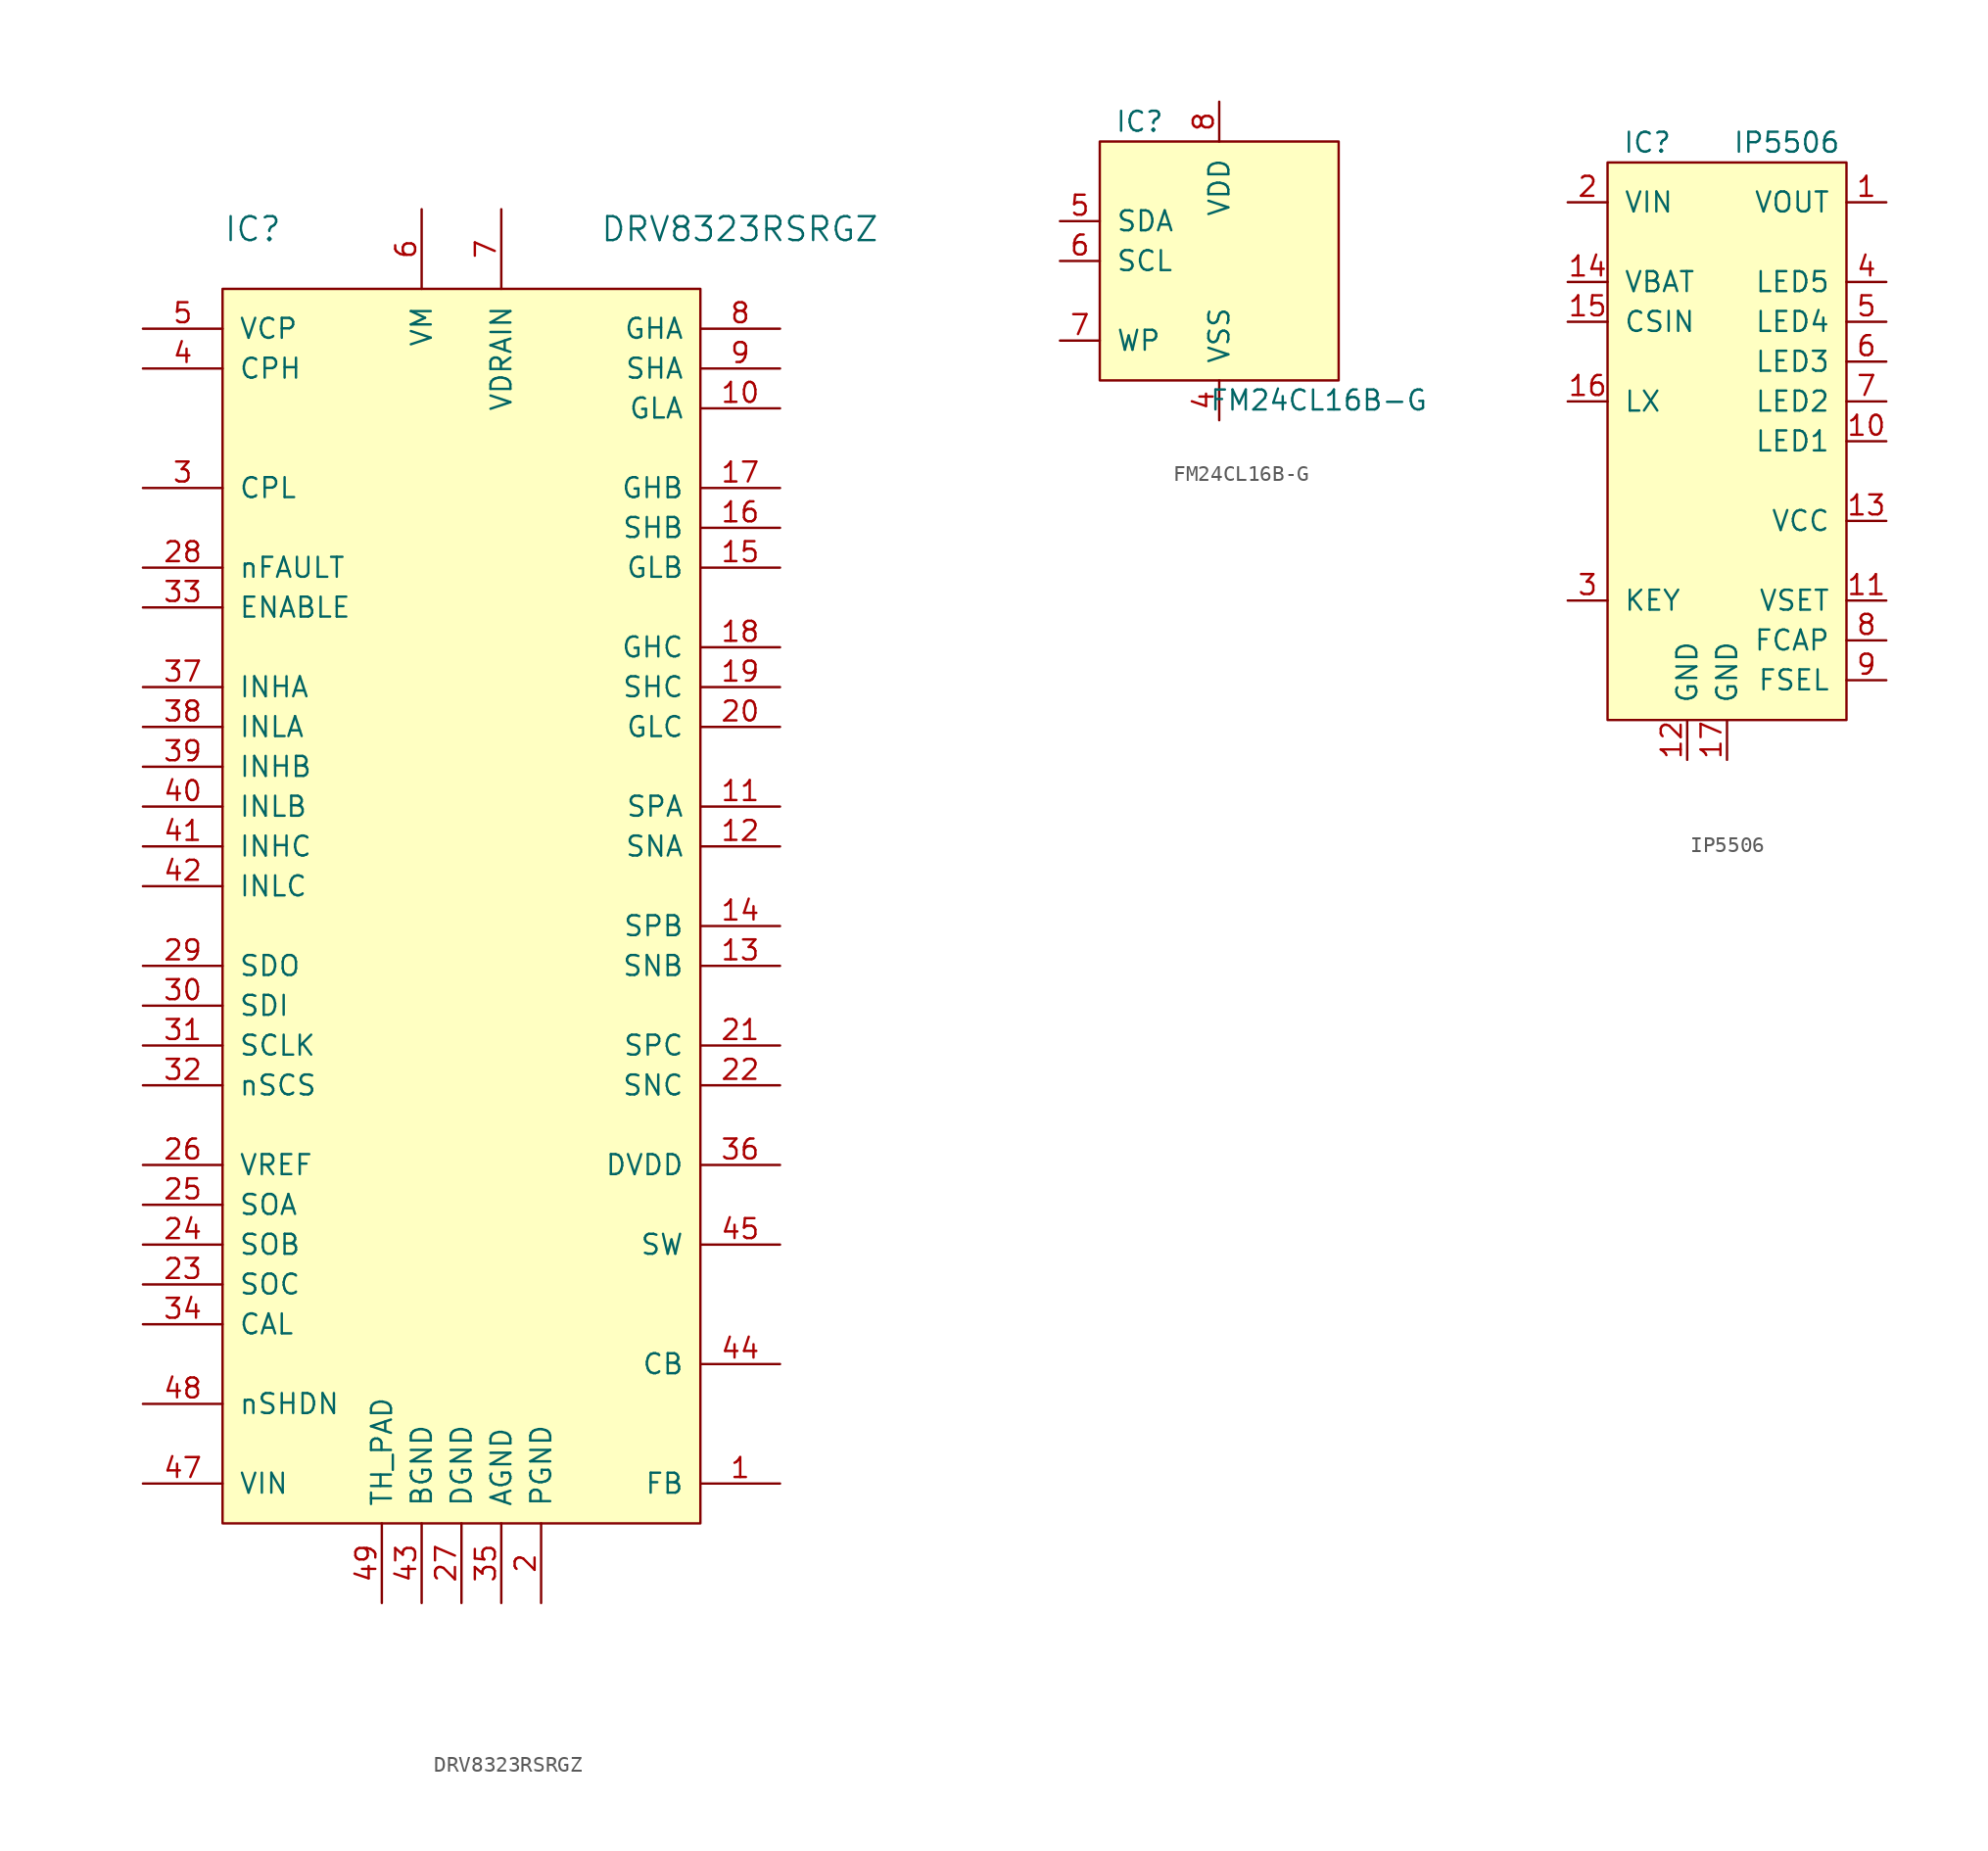
<source format=kicad_sym>
(kicad_symbol_lib
  (version 20220914)
  (generator kicad_symbol_editor)
  (symbol "DRV8323RSRGZ"
    (pin_names
      (offset 1.016))
    (property "Reference" "IC"
      (at 13.97 16.51 0)
      (effects (font (size 1.524 1.524)) (justify right)))
    (property "Value" "DRV8323RSRGZ"
      (at 52.07 16.51 0)
      (effects (font (size 1.524 1.524)) (justify right)))
    (symbol "DRV8323RSRGZ_1_1"
      (rectangle (start 10.16 12.7) (end 40.64 -66.04) (stroke (width 0.152) (type default)) (fill (type background)))
      (pin input line (at 45.72 -63.5 180) (length 5.08) (name "FB" (effects (font (size 1.27 1.27)))) (number "1" (effects (font (size 1.27 1.27)))))
      (pin output line (at 45.72 5.08 180) (length 5.08) (name "GLA" (effects (font (size 1.27 1.27)))) (number "10" (effects (font (size 1.27 1.27)))))
      (pin input line (at 45.72 -20.32 180) (length 5.08) (name "SPA" (effects (font (size 1.27 1.27)))) (number "11" (effects (font (size 1.27 1.27)))))
      (pin input line (at 45.72 -22.86 180) (length 5.08) (name "SNA" (effects (font (size 1.27 1.27)))) (number "12" (effects (font (size 1.27 1.27)))))
      (pin input line (at 45.72 -30.48 180) (length 5.08) (name "SNB" (effects (font (size 1.27 1.27)))) (number "13" (effects (font (size 1.27 1.27)))))
      (pin input line (at 45.72 -27.94 180) (length 5.08) (name "SPB" (effects (font (size 1.27 1.27)))) (number "14" (effects (font (size 1.27 1.27)))))
      (pin output line (at 45.72 -5.08 180) (length 5.08) (name "GLB" (effects (font (size 1.27 1.27)))) (number "15" (effects (font (size 1.27 1.27)))))
      (pin input line (at 45.72 -2.54 180) (length 5.08) (name "SHB" (effects (font (size 1.27 1.27)))) (number "16" (effects (font (size 1.27 1.27)))))
      (pin output line (at 45.72 0 180) (length 5.08) (name "GHB" (effects (font (size 1.27 1.27)))) (number "17" (effects (font (size 1.27 1.27)))))
      (pin output line (at 45.72 -10.16 180) (length 5.08) (name "GHC" (effects (font (size 1.27 1.27)))) (number "18" (effects (font (size 1.27 1.27)))))
      (pin input line (at 45.72 -12.7 180) (length 5.08) (name "SHC" (effects (font (size 1.27 1.27)))) (number "19" (effects (font (size 1.27 1.27)))))
      (pin power_in line (at 30.48 -71.12 90) (length 5.08) (name "PGND" (effects (font (size 1.27 1.27)))) (number "2" (effects (font (size 1.27 1.27)))))
      (pin output line (at 45.72 -15.24 180) (length 5.08) (name "GLC" (effects (font (size 1.27 1.27)))) (number "20" (effects (font (size 1.27 1.27)))))
      (pin input line (at 45.72 -35.56 180) (length 5.08) (name "SPC" (effects (font (size 1.27 1.27)))) (number "21" (effects (font (size 1.27 1.27)))))
      (pin input line (at 45.72 -38.1 180) (length 5.08) (name "SNC" (effects (font (size 1.27 1.27)))) (number "22" (effects (font (size 1.27 1.27)))))
      (pin output line (at 5.08 -50.8 0) (length 5.08) (name "SOC" (effects (font (size 1.27 1.27)))) (number "23" (effects (font (size 1.27 1.27)))))
      (pin output line (at 5.08 -48.26 0) (length 5.08) (name "SOB" (effects (font (size 1.27 1.27)))) (number "24" (effects (font (size 1.27 1.27)))))
      (pin output line (at 5.08 -45.72 0) (length 5.08) (name "SOA" (effects (font (size 1.27 1.27)))) (number "25" (effects (font (size 1.27 1.27)))))
      (pin power_in line (at 5.08 -43.18 0) (length 5.08) (name "VREF" (effects (font (size 1.27 1.27)))) (number "26" (effects (font (size 1.27 1.27)))))
      (pin power_in line (at 25.4 -71.12 90) (length 5.08) (name "DGND" (effects (font (size 1.27 1.27)))) (number "27" (effects (font (size 1.27 1.27)))))
      (pin open_collector line (at 5.08 -5.08 0) (length 5.08) (name "nFAULT" (effects (font (size 1.27 1.27)))) (number "28" (effects (font (size 1.27 1.27)))))
      (pin open_collector line (at 5.08 -30.48 0) (length 5.08) (name "SDO" (effects (font (size 1.27 1.27)))) (number "29" (effects (font (size 1.27 1.27)))))
      (pin power_in line (at 5.08 0 0) (length 5.08) (name "CPL" (effects (font (size 1.27 1.27)))) (number "3" (effects (font (size 1.27 1.27)))))
      (pin input line (at 5.08 -33.02 0) (length 5.08) (name "SDI" (effects (font (size 1.27 1.27)))) (number "30" (effects (font (size 1.27 1.27)))))
      (pin input line (at 5.08 -35.56 0) (length 5.08) (name "SCLK" (effects (font (size 1.27 1.27)))) (number "31" (effects (font (size 1.27 1.27)))))
      (pin input line (at 5.08 -38.1 0) (length 5.08) (name "nSCS" (effects (font (size 1.27 1.27)))) (number "32" (effects (font (size 1.27 1.27)))))
      (pin input line (at 5.08 -7.62 0) (length 5.08) (name "ENABLE" (effects (font (size 1.27 1.27)))) (number "33" (effects (font (size 1.27 1.27)))))
      (pin input line (at 5.08 -53.34 0) (length 5.08) (name "CAL" (effects (font (size 1.27 1.27)))) (number "34" (effects (font (size 1.27 1.27)))))
      (pin power_in line (at 27.94 -71.12 90) (length 5.08) (name "AGND" (effects (font (size 1.27 1.27)))) (number "35" (effects (font (size 1.27 1.27)))))
      (pin power_in line (at 45.72 -43.18 180) (length 5.08) (name "DVDD" (effects (font (size 1.27 1.27)))) (number "36" (effects (font (size 1.27 1.27)))))
      (pin input line (at 5.08 -12.7 0) (length 5.08) (name "INHA" (effects (font (size 1.27 1.27)))) (number "37" (effects (font (size 1.27 1.27)))))
      (pin input line (at 5.08 -15.24 0) (length 5.08) (name "INLA" (effects (font (size 1.27 1.27)))) (number "38" (effects (font (size 1.27 1.27)))))
      (pin input line (at 5.08 -17.78 0) (length 5.08) (name "INHB" (effects (font (size 1.27 1.27)))) (number "39" (effects (font (size 1.27 1.27)))))
      (pin power_in line (at 5.08 7.62 0) (length 5.08) (name "CPH" (effects (font (size 1.27 1.27)))) (number "4" (effects (font (size 1.27 1.27)))))
      (pin input line (at 5.08 -20.32 0) (length 5.08) (name "INLB" (effects (font (size 1.27 1.27)))) (number "40" (effects (font (size 1.27 1.27)))))
      (pin input line (at 5.08 -22.86 0) (length 5.08) (name "INHC" (effects (font (size 1.27 1.27)))) (number "41" (effects (font (size 1.27 1.27)))))
      (pin input line (at 5.08 -25.4 0) (length 5.08) (name "INLC" (effects (font (size 1.27 1.27)))) (number "42" (effects (font (size 1.27 1.27)))))
      (pin power_in line (at 22.86 -71.12 90) (length 5.08) (name "BGND" (effects (font (size 1.27 1.27)))) (number "43" (effects (font (size 1.27 1.27)))))
      (pin power_in line (at 45.72 -55.88 180) (length 5.08) (name "CB" (effects (font (size 1.27 1.27)))) (number "44" (effects (font (size 1.27 1.27)))))
      (pin output line (at 45.72 -48.26 180) (length 5.08) (name "SW" (effects (font (size 1.27 1.27)))) (number "45" (effects (font (size 1.27 1.27)))))
      (pin power_in line (at 5.08 -63.5 0) (length 5.08) (name "VIN" (effects (font (size 1.27 1.27)))) (number "47" (effects (font (size 1.27 1.27)))))
      (pin input line (at 5.08 -58.42 0) (length 5.08) (name "nSHDN" (effects (font (size 1.27 1.27)))) (number "48" (effects (font (size 1.27 1.27)))))
      (pin passive line (at 20.32 -71.12 90) (length 5.08) (name "TH_PAD" (effects (font (size 1.27 1.27)))) (number "49" (effects (font (size 1.27 1.27)))))
      (pin power_in line (at 5.08 10.16 0) (length 5.08) (name "VCP" (effects (font (size 1.27 1.27)))) (number "5" (effects (font (size 1.27 1.27)))))
      (pin power_in line (at 22.86 17.78 270) (length 5.08) (name "VM" (effects (font (size 1.27 1.27)))) (number "6" (effects (font (size 1.27 1.27)))))
      (pin input line (at 27.94 17.78 270) (length 5.08) (name "VDRAIN" (effects (font (size 1.27 1.27)))) (number "7" (effects (font (size 1.27 1.27)))))
      (pin output line (at 45.72 10.16 180) (length 5.08) (name "GHA" (effects (font (size 1.27 1.27)))) (number "8" (effects (font (size 1.27 1.27)))))
      (pin input line (at 45.72 7.62 180) (length 5.08) (name "SHA" (effects (font (size 1.27 1.27)))) (number "9" (effects (font (size 1.27 1.27)))))))
  (symbol "FM24CL16B-G"
    (pin_names
      (offset 1.016))
    (property "Reference" "IC"
      (at -5.08 8.89 0)
      (effects (font (size 1.27 1.27))))
    (property "Value" "FM24CL16B-G"
      (at 6.35 -8.89 0)
      (effects (font (size 1.27 1.27))))
    (symbol "FM24CL16B-G_0_1"
      (rectangle (start -7.62 7.62) (end 7.62 -7.62) (stroke (width 0.152) (type default)) (fill (type background))))
    (symbol "FM24CL16B-G_1_1"
      (pin power_in line (at 0 -10.16 90) (length 2.54) (name "VSS" (effects (font (size 1.27 1.27)))) (number "4" (effects (font (size 1.27 1.27)))))
      (pin open_collector line (at -10.16 2.54 0) (length 2.54) (name "SDA" (effects (font (size 1.27 1.27)))) (number "5" (effects (font (size 1.27 1.27)))))
      (pin open_collector line (at -10.16 0 0) (length 2.54) (name "SCL" (effects (font (size 1.27 1.27)))) (number "6" (effects (font (size 1.27 1.27)))))
      (pin input line (at -10.16 -5.08 0) (length 2.54) (name "WP" (effects (font (size 1.27 1.27)))) (number "7" (effects (font (size 1.27 1.27)))))
      (pin power_in line (at 0 10.16 270) (length 2.54) (name "VDD" (effects (font (size 1.27 1.27)))) (number "8" (effects (font (size 1.27 1.27)))))))
  (symbol "IP5506"
    (pin_names
      (offset 1.016))
    (property "Reference" "IC"
      (at -5.08 16.51 0)
      (effects (font (size 1.27 1.27))))
    (property "Value" "IP5506"
      (at 3.81 16.51 0)
      (effects (font (size 1.27 1.27))))
    (symbol "IP5506_0_0"
      (pin input line (at 10.16 -12.7 180) (length 2.54) (name "VSET" (effects (font (size 1.27 1.27)))) (number "11" (effects (font (size 1.27 1.27)))))
      (pin power_in line (at -2.54 -22.86 90) (length 2.54) (name "GND" (effects (font (size 1.27 1.27)))) (number "12" (effects (font (size 1.27 1.27)))))
      (pin power_out line (at 10.16 -7.62 180) (length 2.54) (name "VCC" (effects (font (size 1.27 1.27)))) (number "13" (effects (font (size 1.27 1.27)))))
      (pin input line (at -10.16 5.08 0) (length 2.54) (name "CSIN" (effects (font (size 1.27 1.27)))) (number "15" (effects (font (size 1.27 1.27)))))
      (pin input line (at -10.16 0 0) (length 2.54) (name "LX" (effects (font (size 1.27 1.27)))) (number "16" (effects (font (size 1.27 1.27)))))
      (pin output line (at 10.16 7.62 180) (length 2.54) (name "LED5" (effects (font (size 1.27 1.27)))) (number "4" (effects (font (size 1.27 1.27)))))
      (pin input line (at 10.16 -15.24 180) (length 2.54) (name "FCAP" (effects (font (size 1.27 1.27)))) (number "8" (effects (font (size 1.27 1.27)))))
      (pin input line (at 10.16 -17.78 180) (length 2.54) (name "FSEL" (effects (font (size 1.27 1.27)))) (number "9" (effects (font (size 1.27 1.27))))))
    (symbol "IP5506_0_1"
      (rectangle (start -7.62 15.24) (end 7.62 -20.32) (stroke (width 0.152) (type default)) (fill (type background))))
    (symbol "IP5506_1_1"
      (pin power_out line (at 10.16 12.7 180) (length 2.54) (name "VOUT" (effects (font (size 1.27 1.27)))) (number "1" (effects (font (size 1.27 1.27)))))
      (pin output line (at 10.16 -2.54 180) (length 2.54) (name "LED1" (effects (font (size 1.27 1.27)))) (number "10" (effects (font (size 1.27 1.27)))))
      (pin input line (at -10.16 7.62 0) (length 2.54) (name "VBAT" (effects (font (size 1.27 1.27)))) (number "14" (effects (font (size 1.27 1.27)))))
      (pin power_out line (at 0 -22.86 90) (length 2.54) (name "GND" (effects (font (size 1.27 1.27)))) (number "17" (effects (font (size 1.27 1.27)))))
      (pin power_in line (at -10.16 12.7 0) (length 2.54) (name "VIN" (effects (font (size 1.27 1.27)))) (number "2" (effects (font (size 1.27 1.27)))))
      (pin input line (at -10.16 -12.7 0) (length 2.54) (name "KEY" (effects (font (size 1.27 1.27)))) (number "3" (effects (font (size 1.27 1.27)))))
      (pin output line (at 10.16 5.08 180) (length 2.54) (name "LED4" (effects (font (size 1.27 1.27)))) (number "5" (effects (font (size 1.27 1.27)))))
      (pin output line (at 10.16 2.54 180) (length 2.54) (name "LED3" (effects (font (size 1.27 1.27)))) (number "6" (effects (font (size 1.27 1.27)))))
      (pin output line (at 10.16 0 180) (length 2.54) (name "LED2" (effects (font (size 1.27 1.27)))) (number "7" (effects (font (size 1.27 1.27))))))))
</source>
